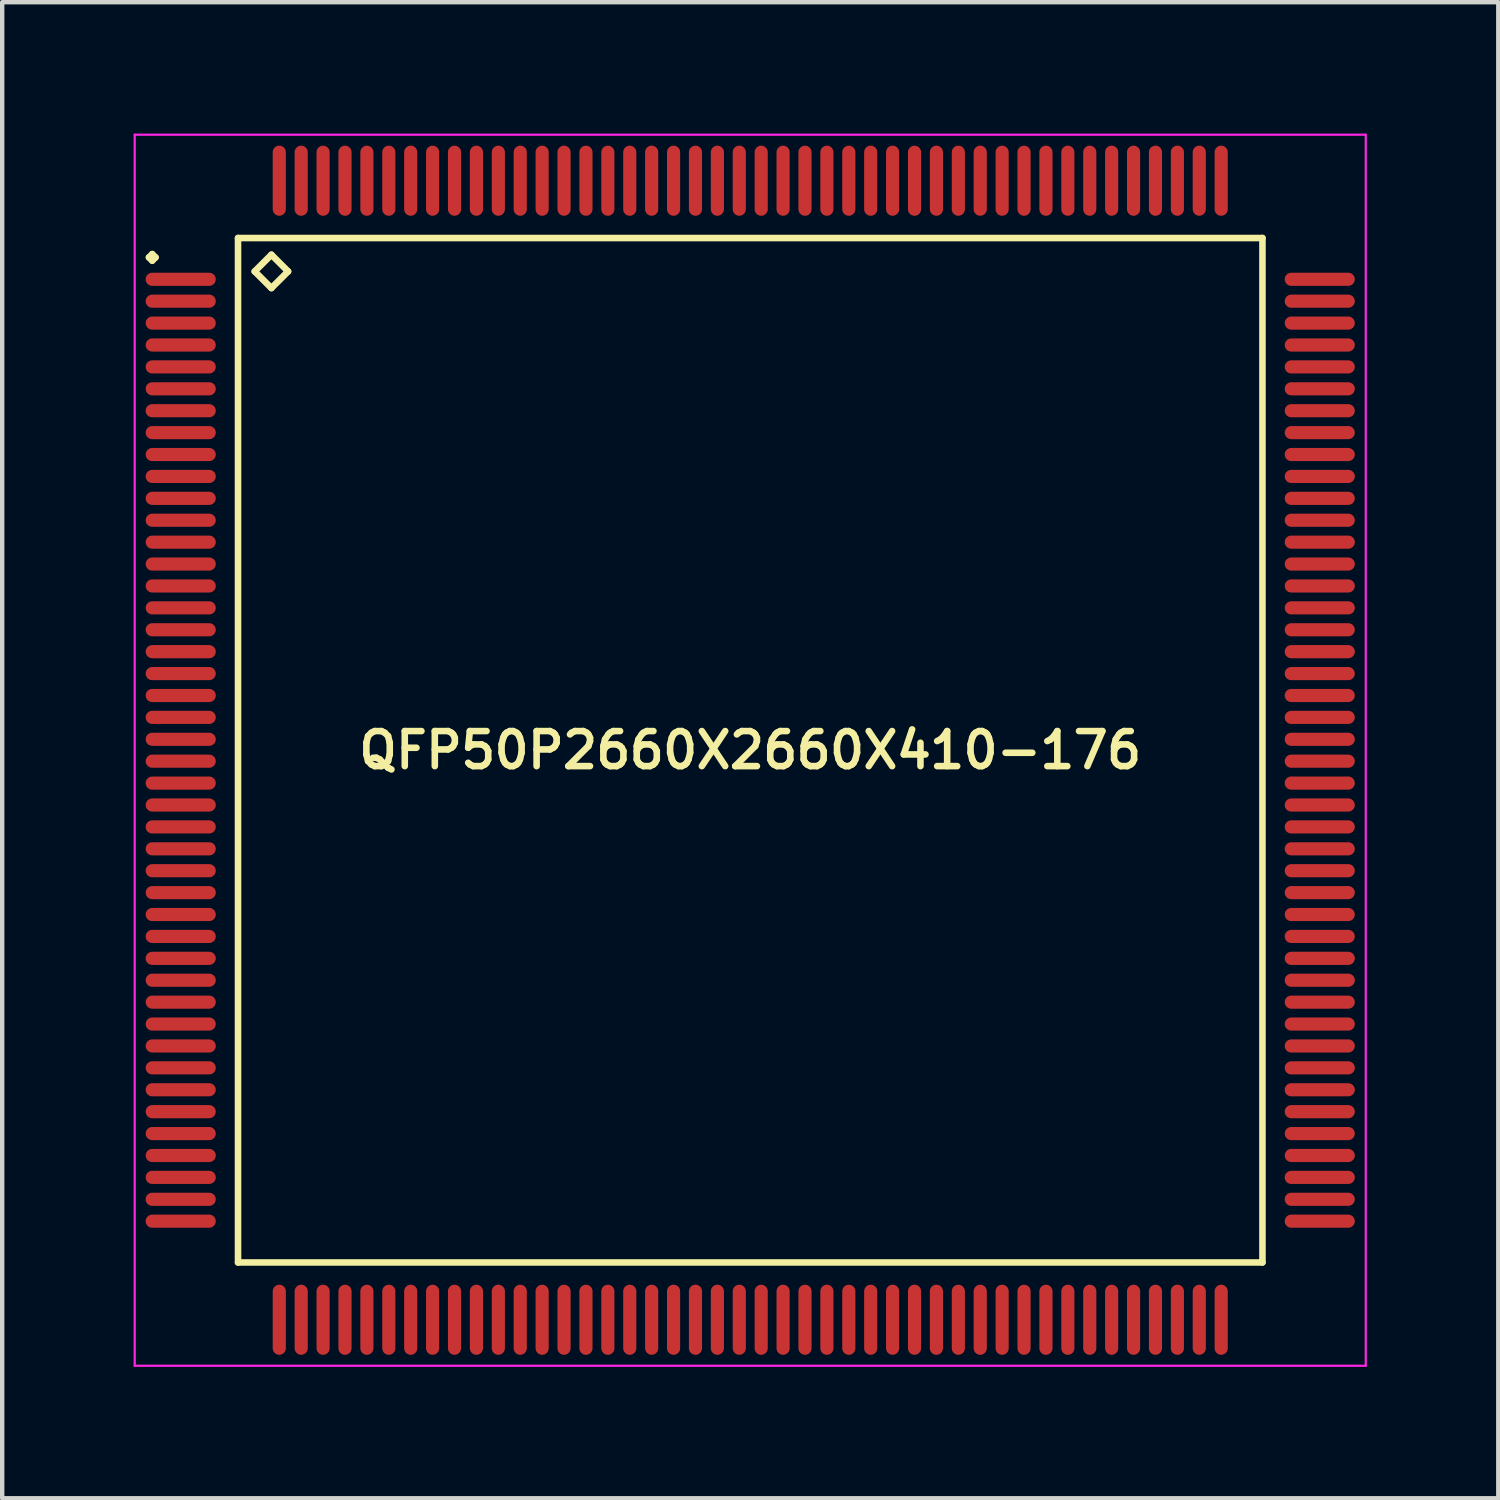
<source format=kicad_pcb>
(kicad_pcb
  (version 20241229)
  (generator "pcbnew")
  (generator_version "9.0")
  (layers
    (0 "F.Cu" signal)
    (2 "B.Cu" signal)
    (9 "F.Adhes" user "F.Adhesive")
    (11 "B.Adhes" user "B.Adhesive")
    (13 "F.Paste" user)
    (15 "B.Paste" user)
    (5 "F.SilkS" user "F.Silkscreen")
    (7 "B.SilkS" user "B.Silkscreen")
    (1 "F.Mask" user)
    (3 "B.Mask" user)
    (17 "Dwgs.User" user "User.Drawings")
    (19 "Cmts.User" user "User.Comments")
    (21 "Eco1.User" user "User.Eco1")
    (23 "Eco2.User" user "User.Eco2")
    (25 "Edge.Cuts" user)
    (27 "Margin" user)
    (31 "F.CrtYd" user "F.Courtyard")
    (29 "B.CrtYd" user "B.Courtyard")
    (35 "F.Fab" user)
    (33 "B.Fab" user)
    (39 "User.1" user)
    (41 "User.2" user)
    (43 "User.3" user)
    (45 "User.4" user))
  (footprint "QFP50P2660X2660X410-176"
    (layer "F.Cu")
    (at 14.075 14.075)
    (property "Reference" "QFP50P2660X2660X410-176" (at 0 0 0) (layer "F.SilkS") (effects (font (size 0.8 0.8) (thickness 0.15))))
    (attr smd)
    (fp_line (start -13.725 -11.25) (end -13.65 -11.325) (stroke (width 0.15) (type solid)) (layer "F.SilkS"))
    (fp_line (start -13.65 -11.325) (end -13.575 -11.25) (stroke (width 0.15) (type solid)) (layer "F.SilkS"))
    (fp_line (start -13.65 -11.175) (end -13.725 -11.25) (stroke (width 0.15) (type solid)) (layer "F.SilkS"))
    (fp_line (start -13.575 -11.25) (end -13.65 -11.175) (stroke (width 0.15) (type solid)) (layer "F.SilkS"))
    (fp_line (start -11.692 -11.692) (end -11.692 11.692) (stroke (width 0.15) (type solid)) (layer "F.SilkS"))
    (fp_line (start -11.692 11.692) (end 11.692 11.692) (stroke (width 0.15) (type solid)) (layer "F.SilkS"))
    (fp_line (start -11.311 -10.93) (end -10.93 -11.311) (stroke (width 0.15) (type solid)) (layer "F.SilkS"))
    (fp_line (start -10.93 -11.311) (end -10.549 -10.93) (stroke (width 0.15) (type solid)) (layer "F.SilkS"))
    (fp_line (start -10.93 -10.549) (end -11.311 -10.93) (stroke (width 0.15) (type solid)) (layer "F.SilkS"))
    (fp_line (start -10.549 -10.93) (end -10.93 -10.549) (stroke (width 0.15) (type solid)) (layer "F.SilkS"))
    (fp_line (start 11.692 -11.692) (end -11.692 -11.692) (stroke (width 0.15) (type solid)) (layer "F.SilkS"))
    (fp_line (start 11.692 11.692) (end 11.692 -11.692) (stroke (width 0.15) (type solid)) (layer "F.SilkS"))
    (fp_line (start -14.05 -14.05) (end 14.05 -14.05) (stroke (width 0.05) (type solid)) (layer "F.CrtYd"))
    (fp_line (start -14.05 14.05) (end -14.05 -14.05) (stroke (width 0.05) (type solid)) (layer "F.CrtYd"))
    (fp_line (start 14.05 -14.05) (end 14.05 14.05) (stroke (width 0.05) (type solid)) (layer "F.CrtYd"))
    (fp_line (start 14.05 14.05) (end -14.05 14.05) (stroke (width 0.05) (type solid)) (layer "F.CrtYd"))
    (pad "1" smd oval (at -13 -10.75) (size 1.6 0.3) (layers "F.Cu" "F.Mask" "F.Paste"))
    (pad "2" smd oval (at -13 -10.25) (size 1.6 0.3) (layers "F.Cu" "F.Mask" "F.Paste"))
    (pad "3" smd oval (at -13 -9.75) (size 1.6 0.3) (layers "F.Cu" "F.Mask" "F.Paste"))
    (pad "4" smd oval (at -13 -9.25) (size 1.6 0.3) (layers "F.Cu" "F.Mask" "F.Paste"))
    (pad "5" smd oval (at -13 -8.75) (size 1.6 0.3) (layers "F.Cu" "F.Mask" "F.Paste"))
    (pad "6" smd oval (at -13 -8.25) (size 1.6 0.3) (layers "F.Cu" "F.Mask" "F.Paste"))
    (pad "7" smd oval (at -13 -7.75) (size 1.6 0.3) (layers "F.Cu" "F.Mask" "F.Paste"))
    (pad "8" smd oval (at -13 -7.25) (size 1.6 0.3) (layers "F.Cu" "F.Mask" "F.Paste"))
    (pad "9" smd oval (at -13 -6.75) (size 1.6 0.3) (layers "F.Cu" "F.Mask" "F.Paste"))
    (pad "10" smd oval (at -13 -6.25) (size 1.6 0.3) (layers "F.Cu" "F.Mask" "F.Paste"))
    (pad "11" smd oval (at -13 -5.75) (size 1.6 0.3) (layers "F.Cu" "F.Mask" "F.Paste"))
    (pad "12" smd oval (at -13 -5.25) (size 1.6 0.3) (layers "F.Cu" "F.Mask" "F.Paste"))
    (pad "13" smd oval (at -13 -4.75) (size 1.6 0.3) (layers "F.Cu" "F.Mask" "F.Paste"))
    (pad "14" smd oval (at -13 -4.25) (size 1.6 0.3) (layers "F.Cu" "F.Mask" "F.Paste"))
    (pad "15" smd oval (at -13 -3.75) (size 1.6 0.3) (layers "F.Cu" "F.Mask" "F.Paste"))
    (pad "16" smd oval (at -13 -3.25) (size 1.6 0.3) (layers "F.Cu" "F.Mask" "F.Paste"))
    (pad "17" smd oval (at -13 -2.75) (size 1.6 0.3) (layers "F.Cu" "F.Mask" "F.Paste"))
    (pad "18" smd oval (at -13 -2.25) (size 1.6 0.3) (layers "F.Cu" "F.Mask" "F.Paste"))
    (pad "19" smd oval (at -13 -1.75) (size 1.6 0.3) (layers "F.Cu" "F.Mask" "F.Paste"))
    (pad "20" smd oval (at -13 -1.25) (size 1.6 0.3) (layers "F.Cu" "F.Mask" "F.Paste"))
    (pad "21" smd oval (at -13 -0.75) (size 1.6 0.3) (layers "F.Cu" "F.Mask" "F.Paste"))
    (pad "22" smd oval (at -13 -0.25) (size 1.6 0.3) (layers "F.Cu" "F.Mask" "F.Paste"))
    (pad "23" smd oval (at -13 0.25) (size 1.6 0.3) (layers "F.Cu" "F.Mask" "F.Paste"))
    (pad "24" smd oval (at -13 0.75) (size 1.6 0.3) (layers "F.Cu" "F.Mask" "F.Paste"))
    (pad "25" smd oval (at -13 1.25) (size 1.6 0.3) (layers "F.Cu" "F.Mask" "F.Paste"))
    (pad "26" smd oval (at -13 1.75) (size 1.6 0.3) (layers "F.Cu" "F.Mask" "F.Paste"))
    (pad "27" smd oval (at -13 2.25) (size 1.6 0.3) (layers "F.Cu" "F.Mask" "F.Paste"))
    (pad "28" smd oval (at -13 2.75) (size 1.6 0.3) (layers "F.Cu" "F.Mask" "F.Paste"))
    (pad "29" smd oval (at -13 3.25) (size 1.6 0.3) (layers "F.Cu" "F.Mask" "F.Paste"))
    (pad "30" smd oval (at -13 3.75) (size 1.6 0.3) (layers "F.Cu" "F.Mask" "F.Paste"))
    (pad "31" smd oval (at -13 4.25) (size 1.6 0.3) (layers "F.Cu" "F.Mask" "F.Paste"))
    (pad "32" smd oval (at -13 4.75) (size 1.6 0.3) (layers "F.Cu" "F.Mask" "F.Paste"))
    (pad "33" smd oval (at -13 5.25) (size 1.6 0.3) (layers "F.Cu" "F.Mask" "F.Paste"))
    (pad "34" smd oval (at -13 5.75) (size 1.6 0.3) (layers "F.Cu" "F.Mask" "F.Paste"))
    (pad "35" smd oval (at -13 6.25) (size 1.6 0.3) (layers "F.Cu" "F.Mask" "F.Paste"))
    (pad "36" smd oval (at -13 6.75) (size 1.6 0.3) (layers "F.Cu" "F.Mask" "F.Paste"))
    (pad "37" smd oval (at -13 7.25) (size 1.6 0.3) (layers "F.Cu" "F.Mask" "F.Paste"))
    (pad "38" smd oval (at -13 7.75) (size 1.6 0.3) (layers "F.Cu" "F.Mask" "F.Paste"))
    (pad "39" smd oval (at -13 8.25) (size 1.6 0.3) (layers "F.Cu" "F.Mask" "F.Paste"))
    (pad "40" smd oval (at -13 8.75) (size 1.6 0.3) (layers "F.Cu" "F.Mask" "F.Paste"))
    (pad "41" smd oval (at -13 9.25) (size 1.6 0.3) (layers "F.Cu" "F.Mask" "F.Paste"))
    (pad "42" smd oval (at -13 9.75) (size 1.6 0.3) (layers "F.Cu" "F.Mask" "F.Paste"))
    (pad "43" smd oval (at -13 10.25) (size 1.6 0.3) (layers "F.Cu" "F.Mask" "F.Paste"))
    (pad "44" smd oval (at -13 10.75) (size 1.6 0.3) (layers "F.Cu" "F.Mask" "F.Paste"))
    (pad "45" smd oval (at -10.75 13) (size 0.3 1.6) (layers "F.Cu" "F.Mask" "F.Paste"))
    (pad "46" smd oval (at -10.25 13) (size 0.3 1.6) (layers "F.Cu" "F.Mask" "F.Paste"))
    (pad "47" smd oval (at -9.75 13) (size 0.3 1.6) (layers "F.Cu" "F.Mask" "F.Paste"))
    (pad "48" smd oval (at -9.25 13) (size 0.3 1.6) (layers "F.Cu" "F.Mask" "F.Paste"))
    (pad "49" smd oval (at -8.75 13) (size 0.3 1.6) (layers "F.Cu" "F.Mask" "F.Paste"))
    (pad "50" smd oval (at -8.25 13) (size 0.3 1.6) (layers "F.Cu" "F.Mask" "F.Paste"))
    (pad "51" smd oval (at -7.75 13) (size 0.3 1.6) (layers "F.Cu" "F.Mask" "F.Paste"))
    (pad "52" smd oval (at -7.25 13) (size 0.3 1.6) (layers "F.Cu" "F.Mask" "F.Paste"))
    (pad "53" smd oval (at -6.75 13) (size 0.3 1.6) (layers "F.Cu" "F.Mask" "F.Paste"))
    (pad "54" smd oval (at -6.25 13) (size 0.3 1.6) (layers "F.Cu" "F.Mask" "F.Paste"))
    (pad "55" smd oval (at -5.75 13) (size 0.3 1.6) (layers "F.Cu" "F.Mask" "F.Paste"))
    (pad "56" smd oval (at -5.25 13) (size 0.3 1.6) (layers "F.Cu" "F.Mask" "F.Paste"))
    (pad "57" smd oval (at -4.75 13) (size 0.3 1.6) (layers "F.Cu" "F.Mask" "F.Paste"))
    (pad "58" smd oval (at -4.25 13) (size 0.3 1.6) (layers "F.Cu" "F.Mask" "F.Paste"))
    (pad "59" smd oval (at -3.75 13) (size 0.3 1.6) (layers "F.Cu" "F.Mask" "F.Paste"))
    (pad "60" smd oval (at -3.25 13) (size 0.3 1.6) (layers "F.Cu" "F.Mask" "F.Paste"))
    (pad "61" smd oval (at -2.75 13) (size 0.3 1.6) (layers "F.Cu" "F.Mask" "F.Paste"))
    (pad "62" smd oval (at -2.25 13) (size 0.3 1.6) (layers "F.Cu" "F.Mask" "F.Paste"))
    (pad "63" smd oval (at -1.75 13) (size 0.3 1.6) (layers "F.Cu" "F.Mask" "F.Paste"))
    (pad "64" smd oval (at -1.25 13) (size 0.3 1.6) (layers "F.Cu" "F.Mask" "F.Paste"))
    (pad "65" smd oval (at -0.75 13) (size 0.3 1.6) (layers "F.Cu" "F.Mask" "F.Paste"))
    (pad "66" smd oval (at -0.25 13) (size 0.3 1.6) (layers "F.Cu" "F.Mask" "F.Paste"))
    (pad "67" smd oval (at 0.25 13) (size 0.3 1.6) (layers "F.Cu" "F.Mask" "F.Paste"))
    (pad "68" smd oval (at 0.75 13) (size 0.3 1.6) (layers "F.Cu" "F.Mask" "F.Paste"))
    (pad "69" smd oval (at 1.25 13) (size 0.3 1.6) (layers "F.Cu" "F.Mask" "F.Paste"))
    (pad "70" smd oval (at 1.75 13) (size 0.3 1.6) (layers "F.Cu" "F.Mask" "F.Paste"))
    (pad "71" smd oval (at 2.25 13) (size 0.3 1.6) (layers "F.Cu" "F.Mask" "F.Paste"))
    (pad "72" smd oval (at 2.75 13) (size 0.3 1.6) (layers "F.Cu" "F.Mask" "F.Paste"))
    (pad "73" smd oval (at 3.25 13) (size 0.3 1.6) (layers "F.Cu" "F.Mask" "F.Paste"))
    (pad "74" smd oval (at 3.75 13) (size 0.3 1.6) (layers "F.Cu" "F.Mask" "F.Paste"))
    (pad "75" smd oval (at 4.25 13) (size 0.3 1.6) (layers "F.Cu" "F.Mask" "F.Paste"))
    (pad "76" smd oval (at 4.75 13) (size 0.3 1.6) (layers "F.Cu" "F.Mask" "F.Paste"))
    (pad "77" smd oval (at 5.25 13) (size 0.3 1.6) (layers "F.Cu" "F.Mask" "F.Paste"))
    (pad "78" smd oval (at 5.75 13) (size 0.3 1.6) (layers "F.Cu" "F.Mask" "F.Paste"))
    (pad "79" smd oval (at 6.25 13) (size 0.3 1.6) (layers "F.Cu" "F.Mask" "F.Paste"))
    (pad "80" smd oval (at 6.75 13) (size 0.3 1.6) (layers "F.Cu" "F.Mask" "F.Paste"))
    (pad "81" smd oval (at 7.25 13) (size 0.3 1.6) (layers "F.Cu" "F.Mask" "F.Paste"))
    (pad "82" smd oval (at 7.75 13) (size 0.3 1.6) (layers "F.Cu" "F.Mask" "F.Paste"))
    (pad "83" smd oval (at 8.25 13) (size 0.3 1.6) (layers "F.Cu" "F.Mask" "F.Paste"))
    (pad "84" smd oval (at 8.75 13) (size 0.3 1.6) (layers "F.Cu" "F.Mask" "F.Paste"))
    (pad "85" smd oval (at 9.25 13) (size 0.3 1.6) (layers "F.Cu" "F.Mask" "F.Paste"))
    (pad "86" smd oval (at 9.75 13) (size 0.3 1.6) (layers "F.Cu" "F.Mask" "F.Paste"))
    (pad "87" smd oval (at 10.25 13) (size 0.3 1.6) (layers "F.Cu" "F.Mask" "F.Paste"))
    (pad "88" smd oval (at 10.75 13) (size 0.3 1.6) (layers "F.Cu" "F.Mask" "F.Paste"))
    (pad "89" smd oval (at 13 10.75) (size 1.6 0.3) (layers "F.Cu" "F.Mask" "F.Paste"))
    (pad "90" smd oval (at 13 10.25) (size 1.6 0.3) (layers "F.Cu" "F.Mask" "F.Paste"))
    (pad "91" smd oval (at 13 9.75) (size 1.6 0.3) (layers "F.Cu" "F.Mask" "F.Paste"))
    (pad "92" smd oval (at 13 9.25) (size 1.6 0.3) (layers "F.Cu" "F.Mask" "F.Paste"))
    (pad "93" smd oval (at 13 8.75) (size 1.6 0.3) (layers "F.Cu" "F.Mask" "F.Paste"))
    (pad "94" smd oval (at 13 8.25) (size 1.6 0.3) (layers "F.Cu" "F.Mask" "F.Paste"))
    (pad "95" smd oval (at 13 7.75) (size 1.6 0.3) (layers "F.Cu" "F.Mask" "F.Paste"))
    (pad "96" smd oval (at 13 7.25) (size 1.6 0.3) (layers "F.Cu" "F.Mask" "F.Paste"))
    (pad "97" smd oval (at 13 6.75) (size 1.6 0.3) (layers "F.Cu" "F.Mask" "F.Paste"))
    (pad "98" smd oval (at 13 6.25) (size 1.6 0.3) (layers "F.Cu" "F.Mask" "F.Paste"))
    (pad "99" smd oval (at 13 5.75) (size 1.6 0.3) (layers "F.Cu" "F.Mask" "F.Paste"))
    (pad "100" smd oval (at 13 5.25) (size 1.6 0.3) (layers "F.Cu" "F.Mask" "F.Paste"))
    (pad "101" smd oval (at 13 4.75) (size 1.6 0.3) (layers "F.Cu" "F.Mask" "F.Paste"))
    (pad "102" smd oval (at 13 4.25) (size 1.6 0.3) (layers "F.Cu" "F.Mask" "F.Paste"))
    (pad "103" smd oval (at 13 3.75) (size 1.6 0.3) (layers "F.Cu" "F.Mask" "F.Paste"))
    (pad "104" smd oval (at 13 3.25) (size 1.6 0.3) (layers "F.Cu" "F.Mask" "F.Paste"))
    (pad "105" smd oval (at 13 2.75) (size 1.6 0.3) (layers "F.Cu" "F.Mask" "F.Paste"))
    (pad "106" smd oval (at 13 2.25) (size 1.6 0.3) (layers "F.Cu" "F.Mask" "F.Paste"))
    (pad "107" smd oval (at 13 1.75) (size 1.6 0.3) (layers "F.Cu" "F.Mask" "F.Paste"))
    (pad "108" smd oval (at 13 1.25) (size 1.6 0.3) (layers "F.Cu" "F.Mask" "F.Paste"))
    (pad "109" smd oval (at 13 0.75) (size 1.6 0.3) (layers "F.Cu" "F.Mask" "F.Paste"))
    (pad "110" smd oval (at 13 0.25) (size 1.6 0.3) (layers "F.Cu" "F.Mask" "F.Paste"))
    (pad "111" smd oval (at 13 -0.25) (size 1.6 0.3) (layers "F.Cu" "F.Mask" "F.Paste"))
    (pad "112" smd oval (at 13 -0.75) (size 1.6 0.3) (layers "F.Cu" "F.Mask" "F.Paste"))
    (pad "113" smd oval (at 13 -1.25) (size 1.6 0.3) (layers "F.Cu" "F.Mask" "F.Paste"))
    (pad "114" smd oval (at 13 -1.75) (size 1.6 0.3) (layers "F.Cu" "F.Mask" "F.Paste"))
    (pad "115" smd oval (at 13 -2.25) (size 1.6 0.3) (layers "F.Cu" "F.Mask" "F.Paste"))
    (pad "116" smd oval (at 13 -2.75) (size 1.6 0.3) (layers "F.Cu" "F.Mask" "F.Paste"))
    (pad "117" smd oval (at 13 -3.25) (size 1.6 0.3) (layers "F.Cu" "F.Mask" "F.Paste"))
    (pad "118" smd oval (at 13 -3.75) (size 1.6 0.3) (layers "F.Cu" "F.Mask" "F.Paste"))
    (pad "119" smd oval (at 13 -4.25) (size 1.6 0.3) (layers "F.Cu" "F.Mask" "F.Paste"))
    (pad "120" smd oval (at 13 -4.75) (size 1.6 0.3) (layers "F.Cu" "F.Mask" "F.Paste"))
    (pad "121" smd oval (at 13 -5.25) (size 1.6 0.3) (layers "F.Cu" "F.Mask" "F.Paste"))
    (pad "122" smd oval (at 13 -5.75) (size 1.6 0.3) (layers "F.Cu" "F.Mask" "F.Paste"))
    (pad "123" smd oval (at 13 -6.25) (size 1.6 0.3) (layers "F.Cu" "F.Mask" "F.Paste"))
    (pad "124" smd oval (at 13 -6.75) (size 1.6 0.3) (layers "F.Cu" "F.Mask" "F.Paste"))
    (pad "125" smd oval (at 13 -7.25) (size 1.6 0.3) (layers "F.Cu" "F.Mask" "F.Paste"))
    (pad "126" smd oval (at 13 -7.75) (size 1.6 0.3) (layers "F.Cu" "F.Mask" "F.Paste"))
    (pad "127" smd oval (at 13 -8.25) (size 1.6 0.3) (layers "F.Cu" "F.Mask" "F.Paste"))
    (pad "128" smd oval (at 13 -8.75) (size 1.6 0.3) (layers "F.Cu" "F.Mask" "F.Paste"))
    (pad "129" smd oval (at 13 -9.25) (size 1.6 0.3) (layers "F.Cu" "F.Mask" "F.Paste"))
    (pad "130" smd oval (at 13 -9.75) (size 1.6 0.3) (layers "F.Cu" "F.Mask" "F.Paste"))
    (pad "131" smd oval (at 13 -10.25) (size 1.6 0.3) (layers "F.Cu" "F.Mask" "F.Paste"))
    (pad "132" smd oval (at 13 -10.75) (size 1.6 0.3) (layers "F.Cu" "F.Mask" "F.Paste"))
    (pad "133" smd oval (at 10.75 -13) (size 0.3 1.6) (layers "F.Cu" "F.Mask" "F.Paste"))
    (pad "134" smd oval (at 10.25 -13) (size 0.3 1.6) (layers "F.Cu" "F.Mask" "F.Paste"))
    (pad "135" smd oval (at 9.75 -13) (size 0.3 1.6) (layers "F.Cu" "F.Mask" "F.Paste"))
    (pad "136" smd oval (at 9.25 -13) (size 0.3 1.6) (layers "F.Cu" "F.Mask" "F.Paste"))
    (pad "137" smd oval (at 8.75 -13) (size 0.3 1.6) (layers "F.Cu" "F.Mask" "F.Paste"))
    (pad "138" smd oval (at 8.25 -13) (size 0.3 1.6) (layers "F.Cu" "F.Mask" "F.Paste"))
    (pad "139" smd oval (at 7.75 -13) (size 0.3 1.6) (layers "F.Cu" "F.Mask" "F.Paste"))
    (pad "140" smd oval (at 7.25 -13) (size 0.3 1.6) (layers "F.Cu" "F.Mask" "F.Paste"))
    (pad "141" smd oval (at 6.75 -13) (size 0.3 1.6) (layers "F.Cu" "F.Mask" "F.Paste"))
    (pad "142" smd oval (at 6.25 -13) (size 0.3 1.6) (layers "F.Cu" "F.Mask" "F.Paste"))
    (pad "143" smd oval (at 5.75 -13) (size 0.3 1.6) (layers "F.Cu" "F.Mask" "F.Paste"))
    (pad "144" smd oval (at 5.25 -13) (size 0.3 1.6) (layers "F.Cu" "F.Mask" "F.Paste"))
    (pad "145" smd oval (at 4.75 -13) (size 0.3 1.6) (layers "F.Cu" "F.Mask" "F.Paste"))
    (pad "146" smd oval (at 4.25 -13) (size 0.3 1.6) (layers "F.Cu" "F.Mask" "F.Paste"))
    (pad "147" smd oval (at 3.75 -13) (size 0.3 1.6) (layers "F.Cu" "F.Mask" "F.Paste"))
    (pad "148" smd oval (at 3.25 -13) (size 0.3 1.6) (layers "F.Cu" "F.Mask" "F.Paste"))
    (pad "149" smd oval (at 2.75 -13) (size 0.3 1.6) (layers "F.Cu" "F.Mask" "F.Paste"))
    (pad "150" smd oval (at 2.25 -13) (size 0.3 1.6) (layers "F.Cu" "F.Mask" "F.Paste"))
    (pad "151" smd oval (at 1.75 -13) (size 0.3 1.6) (layers "F.Cu" "F.Mask" "F.Paste"))
    (pad "152" smd oval (at 1.25 -13) (size 0.3 1.6) (layers "F.Cu" "F.Mask" "F.Paste"))
    (pad "153" smd oval (at 0.75 -13) (size 0.3 1.6) (layers "F.Cu" "F.Mask" "F.Paste"))
    (pad "154" smd oval (at 0.25 -13) (size 0.3 1.6) (layers "F.Cu" "F.Mask" "F.Paste"))
    (pad "155" smd oval (at -0.25 -13) (size 0.3 1.6) (layers "F.Cu" "F.Mask" "F.Paste"))
    (pad "156" smd oval (at -0.75 -13) (size 0.3 1.6) (layers "F.Cu" "F.Mask" "F.Paste"))
    (pad "157" smd oval (at -1.25 -13) (size 0.3 1.6) (layers "F.Cu" "F.Mask" "F.Paste"))
    (pad "158" smd oval (at -1.75 -13) (size 0.3 1.6) (layers "F.Cu" "F.Mask" "F.Paste"))
    (pad "159" smd oval (at -2.25 -13) (size 0.3 1.6) (layers "F.Cu" "F.Mask" "F.Paste"))
    (pad "160" smd oval (at -2.75 -13) (size 0.3 1.6) (layers "F.Cu" "F.Mask" "F.Paste"))
    (pad "161" smd oval (at -3.25 -13) (size 0.3 1.6) (layers "F.Cu" "F.Mask" "F.Paste"))
    (pad "162" smd oval (at -3.75 -13) (size 0.3 1.6) (layers "F.Cu" "F.Mask" "F.Paste"))
    (pad "163" smd oval (at -4.25 -13) (size 0.3 1.6) (layers "F.Cu" "F.Mask" "F.Paste"))
    (pad "164" smd oval (at -4.75 -13) (size 0.3 1.6) (layers "F.Cu" "F.Mask" "F.Paste"))
    (pad "165" smd oval (at -5.25 -13) (size 0.3 1.6) (layers "F.Cu" "F.Mask" "F.Paste"))
    (pad "166" smd oval (at -5.75 -13) (size 0.3 1.6) (layers "F.Cu" "F.Mask" "F.Paste"))
    (pad "167" smd oval (at -6.25 -13) (size 0.3 1.6) (layers "F.Cu" "F.Mask" "F.Paste"))
    (pad "168" smd oval (at -6.75 -13) (size 0.3 1.6) (layers "F.Cu" "F.Mask" "F.Paste"))
    (pad "169" smd oval (at -7.25 -13) (size 0.3 1.6) (layers "F.Cu" "F.Mask" "F.Paste"))
    (pad "170" smd oval (at -7.75 -13) (size 0.3 1.6) (layers "F.Cu" "F.Mask" "F.Paste"))
    (pad "171" smd oval (at -8.25 -13) (size 0.3 1.6) (layers "F.Cu" "F.Mask" "F.Paste"))
    (pad "172" smd oval (at -8.75 -13) (size 0.3 1.6) (layers "F.Cu" "F.Mask" "F.Paste"))
    (pad "173" smd oval (at -9.25 -13) (size 0.3 1.6) (layers "F.Cu" "F.Mask" "F.Paste"))
    (pad "174" smd oval (at -9.75 -13) (size 0.3 1.6) (layers "F.Cu" "F.Mask" "F.Paste"))
    (pad "175" smd oval (at -10.25 -13) (size 0.3 1.6) (layers "F.Cu" "F.Mask" "F.Paste"))
    (pad "176" smd oval (at -10.75 -13) (size 0.3 1.6) (layers "F.Cu" "F.Mask" "F.Paste")))
  (gr_rect
    (start -3 -3)
    (end 31.15 31.15)
    (stroke (width 0.1) (type default))
    (fill no)
    (layer "Edge.Cuts")))
</source>
